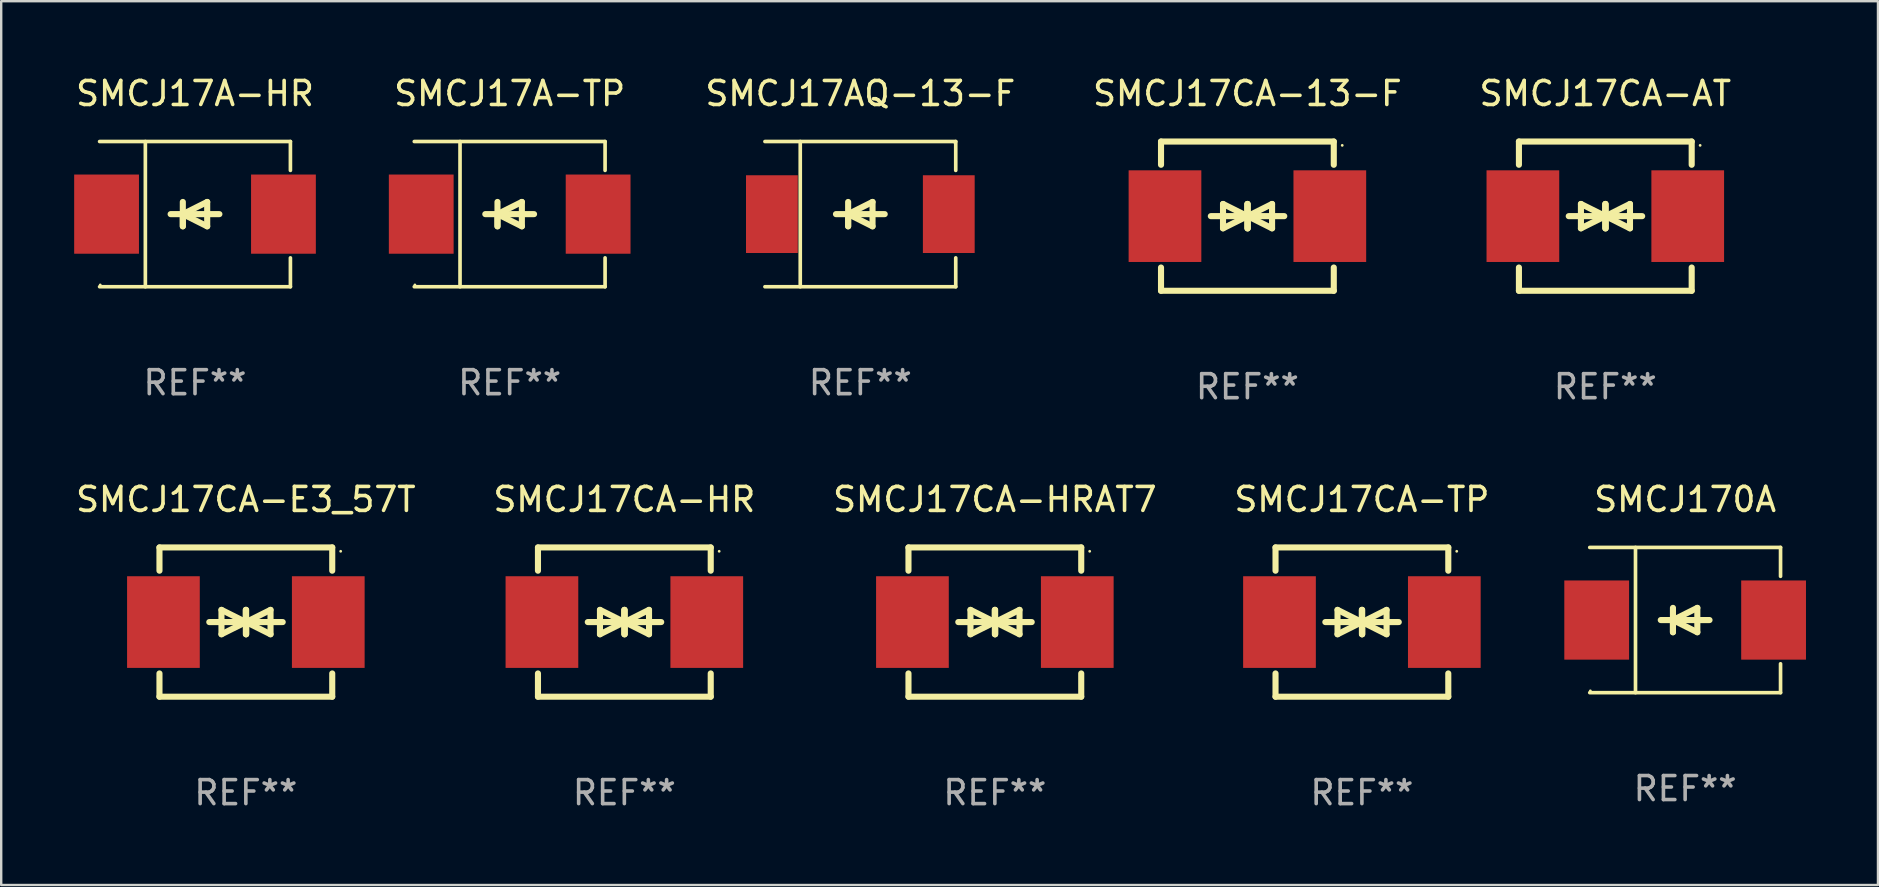
<source format=kicad_pcb>
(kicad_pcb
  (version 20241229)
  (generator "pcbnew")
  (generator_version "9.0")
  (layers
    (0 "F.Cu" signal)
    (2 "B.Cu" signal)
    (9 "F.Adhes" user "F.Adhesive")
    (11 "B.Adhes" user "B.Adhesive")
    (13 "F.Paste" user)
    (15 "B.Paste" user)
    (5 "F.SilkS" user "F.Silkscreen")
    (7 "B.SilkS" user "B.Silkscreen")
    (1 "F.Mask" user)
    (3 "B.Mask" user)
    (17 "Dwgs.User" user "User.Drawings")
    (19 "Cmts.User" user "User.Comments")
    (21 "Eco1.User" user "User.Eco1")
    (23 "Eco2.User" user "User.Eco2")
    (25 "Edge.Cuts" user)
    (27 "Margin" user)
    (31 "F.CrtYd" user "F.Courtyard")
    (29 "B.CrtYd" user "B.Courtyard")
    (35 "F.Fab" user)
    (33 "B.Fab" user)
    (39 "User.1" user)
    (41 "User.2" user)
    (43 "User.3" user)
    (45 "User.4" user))
  (footprint "SMCJ17A-TP"
    (layer "F.Cu")
    (at 18.191 5.874)
    (property "Reference" "SMCJ17A-TP" (at 0 -5.026 0) (layer "F.SilkS") (effects (font (size 1 1) (thickness 0.15))))
    (attr through_hole)
    (fp_line (start -3.976 -3.026) (end 3.976 -3.026) (stroke (width 0.152) (type solid)) (layer "F.SilkS"))
    (fp_line (start -3.976 3.026) (end 3.976 3.026) (stroke (width 0.152) (type solid)) (layer "F.SilkS"))
    (fp_line (start -2.069 -3.026) (end -2.069 3.026) (stroke (width 0.152) (type solid)) (layer "F.SilkS"))
    (fp_line (start -0.508 0) (end -0.508 0.508) (stroke (width 0.254) (type solid)) (layer "F.SilkS"))
    (fp_line (start -0.508 0) (end 0.508 0.508) (stroke (width 0.254) (type solid)) (layer "F.SilkS"))
    (fp_line (start -0.508 0.508) (end -0.508 -0.508) (stroke (width 0.254) (type solid)) (layer "F.SilkS"))
    (fp_line (start 0.508 -0.508) (end -0.508 0) (stroke (width 0.254) (type solid)) (layer "F.SilkS"))
    (fp_line (start 0.508 0.508) (end 0.508 -0.508) (stroke (width 0.254) (type solid)) (layer "F.SilkS"))
    (fp_line (start 1.016 0) (end -1.016 0) (stroke (width 0.254) (type solid)) (layer "F.SilkS"))
    (fp_line (start 3.976 -3.026) (end 3.976 -1.823) (stroke (width 0.152) (type solid)) (layer "F.SilkS"))
    (fp_line (start 3.976 3.026) (end 3.976 1.823) (stroke (width 0.152) (type solid)) (layer "F.SilkS"))
    (fp_circle (center -3.95 2.95) (end -3.92 2.95) (stroke (width 0.06) (type solid)) (fill no) (layer "F.SilkS"))
    (fp_text user "REF**" (at 0 7.026 0) (layer "F.Fab") (effects (font (size 1 1) (thickness 0.15))))
    (pad "1" smd rect (at -3.686 0) (size 2.7 3.3) (layers "F.Cu" "F.Mask" "F.Paste"))
    (pad "2" smd rect (at 3.686 0) (size 2.7 3.3) (layers "F.Cu" "F.Mask" "F.Paste")))
  (footprint "SMCJ17CA-HRAT7"
    (layer "F.Cu")
    (at 38.411 22.875)
    (property "Reference" "SMCJ17CA-HRAT7" (at 0 -5.11 0) (layer "F.SilkS") (effects (font (size 1 1) (thickness 0.15))))
    (attr through_hole)
    (fp_line (start -3.6 -2.141) (end -3.6 -3.11) (stroke (width 0.254) (type solid)) (layer "F.SilkS"))
    (fp_line (start -3.6 3.11) (end -3.6 2.141) (stroke (width 0.254) (type solid)) (layer "F.SilkS"))
    (fp_line (start -1.524 0) (end 0.508 0) (stroke (width 0.254) (type solid)) (layer "F.SilkS"))
    (fp_line (start -1.016 -0.508) (end -1.016 0.508) (stroke (width 0.254) (type solid)) (layer "F.SilkS"))
    (fp_line (start -1.016 0.508) (end 0 0) (stroke (width 0.254) (type solid)) (layer "F.SilkS"))
    (fp_line (start 0 -0.508) (end 0 0.508) (stroke (width 0.254) (type solid)) (layer "F.SilkS"))
    (fp_line (start 0 0) (end -1.016 -0.508) (stroke (width 0.254) (type solid)) (layer "F.SilkS"))
    (fp_line (start 0 0) (end 0 -0.508) (stroke (width 0.254) (type solid)) (layer "F.SilkS"))
    (fp_line (start 0.012 0) (end 0.012 0.508) (stroke (width 0.254) (type solid)) (layer "F.SilkS"))
    (fp_line (start 0.012 0) (end 1.028 0.508) (stroke (width 0.254) (type solid)) (layer "F.SilkS"))
    (fp_line (start 0.012 0.508) (end 0.012 -0.508) (stroke (width 0.254) (type solid)) (layer "F.SilkS"))
    (fp_line (start 1.028 -0.508) (end 0.012 0) (stroke (width 0.254) (type solid)) (layer "F.SilkS"))
    (fp_line (start 1.028 0.508) (end 1.028 -0.508) (stroke (width 0.254) (type solid)) (layer "F.SilkS"))
    (fp_line (start 1.536 0) (end -0.496 0) (stroke (width 0.254) (type solid)) (layer "F.SilkS"))
    (fp_line (start 3.6 -3.11) (end -3.6 -3.11) (stroke (width 0.254) (type solid)) (layer "F.SilkS"))
    (fp_line (start 3.6 -2.141) (end 3.6 -3.11) (stroke (width 0.254) (type solid)) (layer "F.SilkS"))
    (fp_line (start 3.6 3.11) (end -3.6 3.11) (stroke (width 0.254) (type solid)) (layer "F.SilkS"))
    (fp_line (start 3.6 3.11) (end 3.6 2.141) (stroke (width 0.254) (type solid)) (layer "F.SilkS"))
    (fp_circle (center 3.952 -2.95) (end 3.982 -2.95) (stroke (width 0.06) (type solid)) (fill no) (layer "F.SilkS"))
    (fp_text user "REF**" (at 0 7.11 0) (layer "F.Fab") (effects (font (size 1 1) (thickness 0.15))))
    (pad "1" smd rect (at 3.435 0) (size 3.03 3.82) (layers "F.Cu" "F.Mask" "F.Paste"))
    (pad "2" smd rect (at -3.435 0) (size 3.03 3.82) (layers "F.Cu" "F.Mask" "F.Paste")))
  (footprint "SMCJ17CA-HR"
    (layer "F.Cu")
    (at 22.97 22.875)
    (property "Reference" "SMCJ17CA-HR" (at 0 -5.11 0) (layer "F.SilkS") (effects (font (size 1 1) (thickness 0.15))))
    (attr through_hole)
    (fp_line (start -3.6 -2.141) (end -3.6 -3.11) (stroke (width 0.254) (type solid)) (layer "F.SilkS"))
    (fp_line (start -3.6 3.11) (end -3.6 2.141) (stroke (width 0.254) (type solid)) (layer "F.SilkS"))
    (fp_line (start -1.524 0) (end 0.508 0) (stroke (width 0.254) (type solid)) (layer "F.SilkS"))
    (fp_line (start -1.016 -0.508) (end -1.016 0.508) (stroke (width 0.254) (type solid)) (layer "F.SilkS"))
    (fp_line (start -1.016 0.508) (end 0 0) (stroke (width 0.254) (type solid)) (layer "F.SilkS"))
    (fp_line (start 0 -0.508) (end 0 0.508) (stroke (width 0.254) (type solid)) (layer "F.SilkS"))
    (fp_line (start 0 0) (end -1.016 -0.508) (stroke (width 0.254) (type solid)) (layer "F.SilkS"))
    (fp_line (start 0 0) (end 0 -0.508) (stroke (width 0.254) (type solid)) (layer "F.SilkS"))
    (fp_line (start 0.012 0) (end 0.012 0.508) (stroke (width 0.254) (type solid)) (layer "F.SilkS"))
    (fp_line (start 0.012 0) (end 1.028 0.508) (stroke (width 0.254) (type solid)) (layer "F.SilkS"))
    (fp_line (start 0.012 0.508) (end 0.012 -0.508) (stroke (width 0.254) (type solid)) (layer "F.SilkS"))
    (fp_line (start 1.028 -0.508) (end 0.012 0) (stroke (width 0.254) (type solid)) (layer "F.SilkS"))
    (fp_line (start 1.028 0.508) (end 1.028 -0.508) (stroke (width 0.254) (type solid)) (layer "F.SilkS"))
    (fp_line (start 1.536 0) (end -0.496 0) (stroke (width 0.254) (type solid)) (layer "F.SilkS"))
    (fp_line (start 3.6 -3.11) (end -3.6 -3.11) (stroke (width 0.254) (type solid)) (layer "F.SilkS"))
    (fp_line (start 3.6 -2.141) (end 3.6 -3.11) (stroke (width 0.254) (type solid)) (layer "F.SilkS"))
    (fp_line (start 3.6 3.11) (end -3.6 3.11) (stroke (width 0.254) (type solid)) (layer "F.SilkS"))
    (fp_line (start 3.6 3.11) (end 3.6 2.141) (stroke (width 0.254) (type solid)) (layer "F.SilkS"))
    (fp_circle (center 3.952 -2.95) (end 3.982 -2.95) (stroke (width 0.06) (type solid)) (fill no) (layer "F.SilkS"))
    (fp_text user "REF**" (at 0 7.11 0) (layer "F.Fab") (effects (font (size 1 1) (thickness 0.15))))
    (pad "1" smd rect (at 3.435 0) (size 3.03 3.82) (layers "F.Cu" "F.Mask" "F.Paste"))
    (pad "2" smd rect (at -3.435 0) (size 3.03 3.82) (layers "F.Cu" "F.Mask" "F.Paste")))
  (footprint "SMCJ17CA-AT"
    (layer "F.Cu")
    (at 63.852 5.958)
    (property "Reference" "SMCJ17CA-AT" (at 0 -5.11 0) (layer "F.SilkS") (effects (font (size 1 1) (thickness 0.15))))
    (attr through_hole)
    (fp_line (start -3.6 -2.141) (end -3.6 -3.11) (stroke (width 0.254) (type solid)) (layer "F.SilkS"))
    (fp_line (start -3.6 3.11) (end -3.6 2.141) (stroke (width 0.254) (type solid)) (layer "F.SilkS"))
    (fp_line (start -1.524 0) (end 0.508 0) (stroke (width 0.254) (type solid)) (layer "F.SilkS"))
    (fp_line (start -1.016 -0.508) (end -1.016 0.508) (stroke (width 0.254) (type solid)) (layer "F.SilkS"))
    (fp_line (start -1.016 0.508) (end 0 0) (stroke (width 0.254) (type solid)) (layer "F.SilkS"))
    (fp_line (start 0 -0.508) (end 0 0.508) (stroke (width 0.254) (type solid)) (layer "F.SilkS"))
    (fp_line (start 0 0) (end -1.016 -0.508) (stroke (width 0.254) (type solid)) (layer "F.SilkS"))
    (fp_line (start 0 0) (end 0 -0.508) (stroke (width 0.254) (type solid)) (layer "F.SilkS"))
    (fp_line (start 0.012 0) (end 0.012 0.508) (stroke (width 0.254) (type solid)) (layer "F.SilkS"))
    (fp_line (start 0.012 0) (end 1.028 0.508) (stroke (width 0.254) (type solid)) (layer "F.SilkS"))
    (fp_line (start 0.012 0.508) (end 0.012 -0.508) (stroke (width 0.254) (type solid)) (layer "F.SilkS"))
    (fp_line (start 1.028 -0.508) (end 0.012 0) (stroke (width 0.254) (type solid)) (layer "F.SilkS"))
    (fp_line (start 1.028 0.508) (end 1.028 -0.508) (stroke (width 0.254) (type solid)) (layer "F.SilkS"))
    (fp_line (start 1.536 0) (end -0.496 0) (stroke (width 0.254) (type solid)) (layer "F.SilkS"))
    (fp_line (start 3.6 -3.11) (end -3.6 -3.11) (stroke (width 0.254) (type solid)) (layer "F.SilkS"))
    (fp_line (start 3.6 -2.141) (end 3.6 -3.11) (stroke (width 0.254) (type solid)) (layer "F.SilkS"))
    (fp_line (start 3.6 3.11) (end -3.6 3.11) (stroke (width 0.254) (type solid)) (layer "F.SilkS"))
    (fp_line (start 3.6 3.11) (end 3.6 2.141) (stroke (width 0.254) (type solid)) (layer "F.SilkS"))
    (fp_circle (center 3.952 -2.95) (end 3.982 -2.95) (stroke (width 0.06) (type solid)) (fill no) (layer "F.SilkS"))
    (fp_text user "REF**" (at 0 7.11 0) (layer "F.Fab") (effects (font (size 1 1) (thickness 0.15))))
    (pad "1" smd rect (at 3.435 0) (size 3.03 3.82) (layers "F.Cu" "F.Mask" "F.Paste"))
    (pad "2" smd rect (at -3.435 0) (size 3.03 3.82) (layers "F.Cu" "F.Mask" "F.Paste")))
  (footprint "SMCJ17CA-E3_57T"
    (layer "F.Cu")
    (at 7.196 22.875)
    (property "Reference" "SMCJ17CA-E3_57T" (at 0 -5.11 0) (layer "F.SilkS") (effects (font (size 1 1) (thickness 0.15))))
    (attr through_hole)
    (fp_line (start -3.6 -2.141) (end -3.6 -3.11) (stroke (width 0.254) (type solid)) (layer "F.SilkS"))
    (fp_line (start -3.6 3.11) (end -3.6 2.141) (stroke (width 0.254) (type solid)) (layer "F.SilkS"))
    (fp_line (start -1.524 0) (end 0.508 0) (stroke (width 0.254) (type solid)) (layer "F.SilkS"))
    (fp_line (start -1.016 -0.508) (end -1.016 0.508) (stroke (width 0.254) (type solid)) (layer "F.SilkS"))
    (fp_line (start -1.016 0.508) (end 0 0) (stroke (width 0.254) (type solid)) (layer "F.SilkS"))
    (fp_line (start 0 -0.508) (end 0 0.508) (stroke (width 0.254) (type solid)) (layer "F.SilkS"))
    (fp_line (start 0 0) (end -1.016 -0.508) (stroke (width 0.254) (type solid)) (layer "F.SilkS"))
    (fp_line (start 0 0) (end 0 -0.508) (stroke (width 0.254) (type solid)) (layer "F.SilkS"))
    (fp_line (start 0.012 0) (end 0.012 0.508) (stroke (width 0.254) (type solid)) (layer "F.SilkS"))
    (fp_line (start 0.012 0) (end 1.028 0.508) (stroke (width 0.254) (type solid)) (layer "F.SilkS"))
    (fp_line (start 0.012 0.508) (end 0.012 -0.508) (stroke (width 0.254) (type solid)) (layer "F.SilkS"))
    (fp_line (start 1.028 -0.508) (end 0.012 0) (stroke (width 0.254) (type solid)) (layer "F.SilkS"))
    (fp_line (start 1.028 0.508) (end 1.028 -0.508) (stroke (width 0.254) (type solid)) (layer "F.SilkS"))
    (fp_line (start 1.536 0) (end -0.496 0) (stroke (width 0.254) (type solid)) (layer "F.SilkS"))
    (fp_line (start 3.6 -3.11) (end -3.6 -3.11) (stroke (width 0.254) (type solid)) (layer "F.SilkS"))
    (fp_line (start 3.6 -2.141) (end 3.6 -3.11) (stroke (width 0.254) (type solid)) (layer "F.SilkS"))
    (fp_line (start 3.6 3.11) (end -3.6 3.11) (stroke (width 0.254) (type solid)) (layer "F.SilkS"))
    (fp_line (start 3.6 3.11) (end 3.6 2.141) (stroke (width 0.254) (type solid)) (layer "F.SilkS"))
    (fp_circle (center 3.952 -2.95) (end 3.982 -2.95) (stroke (width 0.06) (type solid)) (fill no) (layer "F.SilkS"))
    (fp_text user "REF**" (at 0 7.11 0) (layer "F.Fab") (effects (font (size 1 1) (thickness 0.15))))
    (pad "1" smd rect (at 3.435 0) (size 3.03 3.82) (layers "F.Cu" "F.Mask" "F.Paste"))
    (pad "2" smd rect (at -3.435 0) (size 3.03 3.82) (layers "F.Cu" "F.Mask" "F.Paste")))
  (footprint "SMCJ17CA-TP"
    (layer "F.Cu")
    (at 53.708 22.875)
    (property "Reference" "SMCJ17CA-TP" (at 0 -5.11 0) (layer "F.SilkS") (effects (font (size 1 1) (thickness 0.15))))
    (attr through_hole)
    (fp_line (start -3.6 -2.141) (end -3.6 -3.11) (stroke (width 0.254) (type solid)) (layer "F.SilkS"))
    (fp_line (start -3.6 3.11) (end -3.6 2.141) (stroke (width 0.254) (type solid)) (layer "F.SilkS"))
    (fp_line (start -1.524 0) (end 0.508 0) (stroke (width 0.254) (type solid)) (layer "F.SilkS"))
    (fp_line (start -1.016 -0.508) (end -1.016 0.508) (stroke (width 0.254) (type solid)) (layer "F.SilkS"))
    (fp_line (start -1.016 0.508) (end 0 0) (stroke (width 0.254) (type solid)) (layer "F.SilkS"))
    (fp_line (start 0 -0.508) (end 0 0.508) (stroke (width 0.254) (type solid)) (layer "F.SilkS"))
    (fp_line (start 0 0) (end -1.016 -0.508) (stroke (width 0.254) (type solid)) (layer "F.SilkS"))
    (fp_line (start 0 0) (end 0 -0.508) (stroke (width 0.254) (type solid)) (layer "F.SilkS"))
    (fp_line (start 0.012 0) (end 0.012 0.508) (stroke (width 0.254) (type solid)) (layer "F.SilkS"))
    (fp_line (start 0.012 0) (end 1.028 0.508) (stroke (width 0.254) (type solid)) (layer "F.SilkS"))
    (fp_line (start 0.012 0.508) (end 0.012 -0.508) (stroke (width 0.254) (type solid)) (layer "F.SilkS"))
    (fp_line (start 1.028 -0.508) (end 0.012 0) (stroke (width 0.254) (type solid)) (layer "F.SilkS"))
    (fp_line (start 1.028 0.508) (end 1.028 -0.508) (stroke (width 0.254) (type solid)) (layer "F.SilkS"))
    (fp_line (start 1.536 0) (end -0.496 0) (stroke (width 0.254) (type solid)) (layer "F.SilkS"))
    (fp_line (start 3.6 -3.11) (end -3.6 -3.11) (stroke (width 0.254) (type solid)) (layer "F.SilkS"))
    (fp_line (start 3.6 -2.141) (end 3.6 -3.11) (stroke (width 0.254) (type solid)) (layer "F.SilkS"))
    (fp_line (start 3.6 3.11) (end -3.6 3.11) (stroke (width 0.254) (type solid)) (layer "F.SilkS"))
    (fp_line (start 3.6 3.11) (end 3.6 2.141) (stroke (width 0.254) (type solid)) (layer "F.SilkS"))
    (fp_circle (center 3.952 -2.95) (end 3.982 -2.95) (stroke (width 0.06) (type solid)) (fill no) (layer "F.SilkS"))
    (fp_text user "REF**" (at 0 7.11 0) (layer "F.Fab") (effects (font (size 1 1) (thickness 0.15))))
    (pad "1" smd rect (at 3.435 0) (size 3.03 3.82) (layers "F.Cu" "F.Mask" "F.Paste"))
    (pad "2" smd rect (at -3.435 0) (size 3.03 3.82) (layers "F.Cu" "F.Mask" "F.Paste")))
  (footprint "SMCJ17CA-13-F"
    (layer "F.Cu")
    (at 48.936 5.958)
    (property "Reference" "SMCJ17CA-13-F" (at 0 -5.11 0) (layer "F.SilkS") (effects (font (size 1 1) (thickness 0.15))))
    (attr through_hole)
    (fp_line (start -3.6 -2.141) (end -3.6 -3.11) (stroke (width 0.254) (type solid)) (layer "F.SilkS"))
    (fp_line (start -3.6 3.11) (end -3.6 2.141) (stroke (width 0.254) (type solid)) (layer "F.SilkS"))
    (fp_line (start -1.524 0) (end 0.508 0) (stroke (width 0.254) (type solid)) (layer "F.SilkS"))
    (fp_line (start -1.016 -0.508) (end -1.016 0.508) (stroke (width 0.254) (type solid)) (layer "F.SilkS"))
    (fp_line (start -1.016 0.508) (end 0 0) (stroke (width 0.254) (type solid)) (layer "F.SilkS"))
    (fp_line (start 0 -0.508) (end 0 0.508) (stroke (width 0.254) (type solid)) (layer "F.SilkS"))
    (fp_line (start 0 0) (end -1.016 -0.508) (stroke (width 0.254) (type solid)) (layer "F.SilkS"))
    (fp_line (start 0 0) (end 0 -0.508) (stroke (width 0.254) (type solid)) (layer "F.SilkS"))
    (fp_line (start 0.012 0) (end 0.012 0.508) (stroke (width 0.254) (type solid)) (layer "F.SilkS"))
    (fp_line (start 0.012 0) (end 1.028 0.508) (stroke (width 0.254) (type solid)) (layer "F.SilkS"))
    (fp_line (start 0.012 0.508) (end 0.012 -0.508) (stroke (width 0.254) (type solid)) (layer "F.SilkS"))
    (fp_line (start 1.028 -0.508) (end 0.012 0) (stroke (width 0.254) (type solid)) (layer "F.SilkS"))
    (fp_line (start 1.028 0.508) (end 1.028 -0.508) (stroke (width 0.254) (type solid)) (layer "F.SilkS"))
    (fp_line (start 1.536 0) (end -0.496 0) (stroke (width 0.254) (type solid)) (layer "F.SilkS"))
    (fp_line (start 3.6 -3.11) (end -3.6 -3.11) (stroke (width 0.254) (type solid)) (layer "F.SilkS"))
    (fp_line (start 3.6 -2.141) (end 3.6 -3.11) (stroke (width 0.254) (type solid)) (layer "F.SilkS"))
    (fp_line (start 3.6 3.11) (end -3.6 3.11) (stroke (width 0.254) (type solid)) (layer "F.SilkS"))
    (fp_line (start 3.6 3.11) (end 3.6 2.141) (stroke (width 0.254) (type solid)) (layer "F.SilkS"))
    (fp_circle (center 3.952 -2.95) (end 3.982 -2.95) (stroke (width 0.06) (type solid)) (fill no) (layer "F.SilkS"))
    (fp_text user "REF**" (at 0 7.11 0) (layer "F.Fab") (effects (font (size 1 1) (thickness 0.15))))
    (pad "1" smd rect (at 3.435 0) (size 3.03 3.82) (layers "F.Cu" "F.Mask" "F.Paste"))
    (pad "2" smd rect (at -3.435 0) (size 3.03 3.82) (layers "F.Cu" "F.Mask" "F.Paste")))
  (footprint "SMCJ170A"
    (layer "F.Cu")
    (at 67.179 22.791)
    (property "Reference" "SMCJ170A" (at 0 -5.026 0) (layer "F.SilkS") (effects (font (size 1 1) (thickness 0.15))))
    (attr through_hole)
    (fp_line (start -3.976 -3.026) (end 3.976 -3.026) (stroke (width 0.152) (type solid)) (layer "F.SilkS"))
    (fp_line (start -3.976 3.026) (end 3.976 3.026) (stroke (width 0.152) (type solid)) (layer "F.SilkS"))
    (fp_line (start -2.069 -3.026) (end -2.069 3.026) (stroke (width 0.152) (type solid)) (layer "F.SilkS"))
    (fp_line (start -0.508 0) (end -0.508 0.508) (stroke (width 0.254) (type solid)) (layer "F.SilkS"))
    (fp_line (start -0.508 0) (end 0.508 0.508) (stroke (width 0.254) (type solid)) (layer "F.SilkS"))
    (fp_line (start -0.508 0.508) (end -0.508 -0.508) (stroke (width 0.254) (type solid)) (layer "F.SilkS"))
    (fp_line (start 0.508 -0.508) (end -0.508 0) (stroke (width 0.254) (type solid)) (layer "F.SilkS"))
    (fp_line (start 0.508 0.508) (end 0.508 -0.508) (stroke (width 0.254) (type solid)) (layer "F.SilkS"))
    (fp_line (start 1.016 0) (end -1.016 0) (stroke (width 0.254) (type solid)) (layer "F.SilkS"))
    (fp_line (start 3.976 -3.026) (end 3.976 -1.823) (stroke (width 0.152) (type solid)) (layer "F.SilkS"))
    (fp_line (start 3.976 3.026) (end 3.976 1.823) (stroke (width 0.152) (type solid)) (layer "F.SilkS"))
    (fp_circle (center -3.95 2.95) (end -3.92 2.95) (stroke (width 0.06) (type solid)) (fill no) (layer "F.SilkS"))
    (fp_text user "REF**" (at 0 7.026 0) (layer "F.Fab") (effects (font (size 1 1) (thickness 0.15))))
    (pad "1" smd rect (at -3.686 0) (size 2.7 3.3) (layers "F.Cu" "F.Mask" "F.Paste"))
    (pad "2" smd rect (at 3.686 0) (size 2.7 3.3) (layers "F.Cu" "F.Mask" "F.Paste")))
  (footprint "SMCJ17A-HR"
    (layer "F.Cu")
    (at 5.077 5.874)
    (property "Reference" "SMCJ17A-HR" (at 0 -5.026 0) (layer "F.SilkS") (effects (font (size 1 1) (thickness 0.15))))
    (attr through_hole)
    (fp_line (start -3.976 -3.026) (end 3.976 -3.026) (stroke (width 0.152) (type solid)) (layer "F.SilkS"))
    (fp_line (start -3.976 3.026) (end 3.976 3.026) (stroke (width 0.152) (type solid)) (layer "F.SilkS"))
    (fp_line (start -2.069 -3.026) (end -2.069 3.026) (stroke (width 0.152) (type solid)) (layer "F.SilkS"))
    (fp_line (start -0.508 0) (end -0.508 0.508) (stroke (width 0.254) (type solid)) (layer "F.SilkS"))
    (fp_line (start -0.508 0) (end 0.508 0.508) (stroke (width 0.254) (type solid)) (layer "F.SilkS"))
    (fp_line (start -0.508 0.508) (end -0.508 -0.508) (stroke (width 0.254) (type solid)) (layer "F.SilkS"))
    (fp_line (start 0.508 -0.508) (end -0.508 0) (stroke (width 0.254) (type solid)) (layer "F.SilkS"))
    (fp_line (start 0.508 0.508) (end 0.508 -0.508) (stroke (width 0.254) (type solid)) (layer "F.SilkS"))
    (fp_line (start 1.016 0) (end -1.016 0) (stroke (width 0.254) (type solid)) (layer "F.SilkS"))
    (fp_line (start 3.976 -3.026) (end 3.976 -1.823) (stroke (width 0.152) (type solid)) (layer "F.SilkS"))
    (fp_line (start 3.976 3.026) (end 3.976 1.823) (stroke (width 0.152) (type solid)) (layer "F.SilkS"))
    (fp_circle (center -3.95 2.95) (end -3.92 2.95) (stroke (width 0.06) (type solid)) (fill no) (layer "F.SilkS"))
    (fp_text user "REF**" (at 0 7.026 0) (layer "F.Fab") (effects (font (size 1 1) (thickness 0.15))))
    (pad "1" smd rect (at -3.686 0) (size 2.7 3.3) (layers "F.Cu" "F.Mask" "F.Paste"))
    (pad "2" smd rect (at 3.686 0) (size 2.7 3.3) (layers "F.Cu" "F.Mask" "F.Paste")))
  (footprint "SMCJ17AQ-13-F"
    (layer "F.Cu")
    (at 32.805 5.874)
    (property "Reference" "SMCJ17AQ-13-F" (at 0 -5.026 0) (layer "F.SilkS") (effects (font (size 1 1) (thickness 0.15))))
    (attr through_hole)
    (fp_line (start -3.976 -3.026) (end 3.976 -3.026) (stroke (width 0.152) (type solid)) (layer "F.SilkS"))
    (fp_line (start -3.976 3.026) (end 3.976 3.026) (stroke (width 0.152) (type solid)) (layer "F.SilkS"))
    (fp_line (start -2.504 -3.026) (end -2.504 3.026) (stroke (width 0.152) (type solid)) (layer "F.SilkS"))
    (fp_line (start -0.508 0) (end -0.508 0.508) (stroke (width 0.254) (type solid)) (layer "F.SilkS"))
    (fp_line (start -0.508 0) (end 0.508 0.508) (stroke (width 0.254) (type solid)) (layer "F.SilkS"))
    (fp_line (start -0.508 0.508) (end -0.508 -0.508) (stroke (width 0.254) (type solid)) (layer "F.SilkS"))
    (fp_line (start 0.508 -0.508) (end -0.508 0) (stroke (width 0.254) (type solid)) (layer "F.SilkS"))
    (fp_line (start 0.508 0.508) (end 0.508 -0.508) (stroke (width 0.254) (type solid)) (layer "F.SilkS"))
    (fp_line (start 1.016 0) (end -1.016 0) (stroke (width 0.254) (type solid)) (layer "F.SilkS"))
    (fp_line (start 3.976 -3.026) (end 3.976 -1.823) (stroke (width 0.152) (type solid)) (layer "F.SilkS"))
    (fp_line (start 3.976 3.026) (end 3.976 1.823) (stroke (width 0.152) (type solid)) (layer "F.SilkS"))
    (fp_circle (center 3.95 -2.95) (end 3.98 -2.95) (stroke (width 0.06) (type solid)) (fill no) (layer "F.SilkS"))
    (fp_text user "REF**" (at 0 7.026 0) (layer "F.Fab") (effects (font (size 1 1) (thickness 0.15))))
    (pad "1" smd rect (at 3.686 0 180) (size 2.158 3.24) (layers "F.Cu" "F.Mask" "F.Paste"))
    (pad "2" smd rect (at -3.686 0 180) (size 2.158 3.24) (layers "F.Cu" "F.Mask" "F.Paste")))
  (gr_rect
    (start -3 -3)
    (end 75.215 33.833)
    (stroke (width 0.1) (type default))
    (fill no)
    (layer "Edge.Cuts")))
</source>
